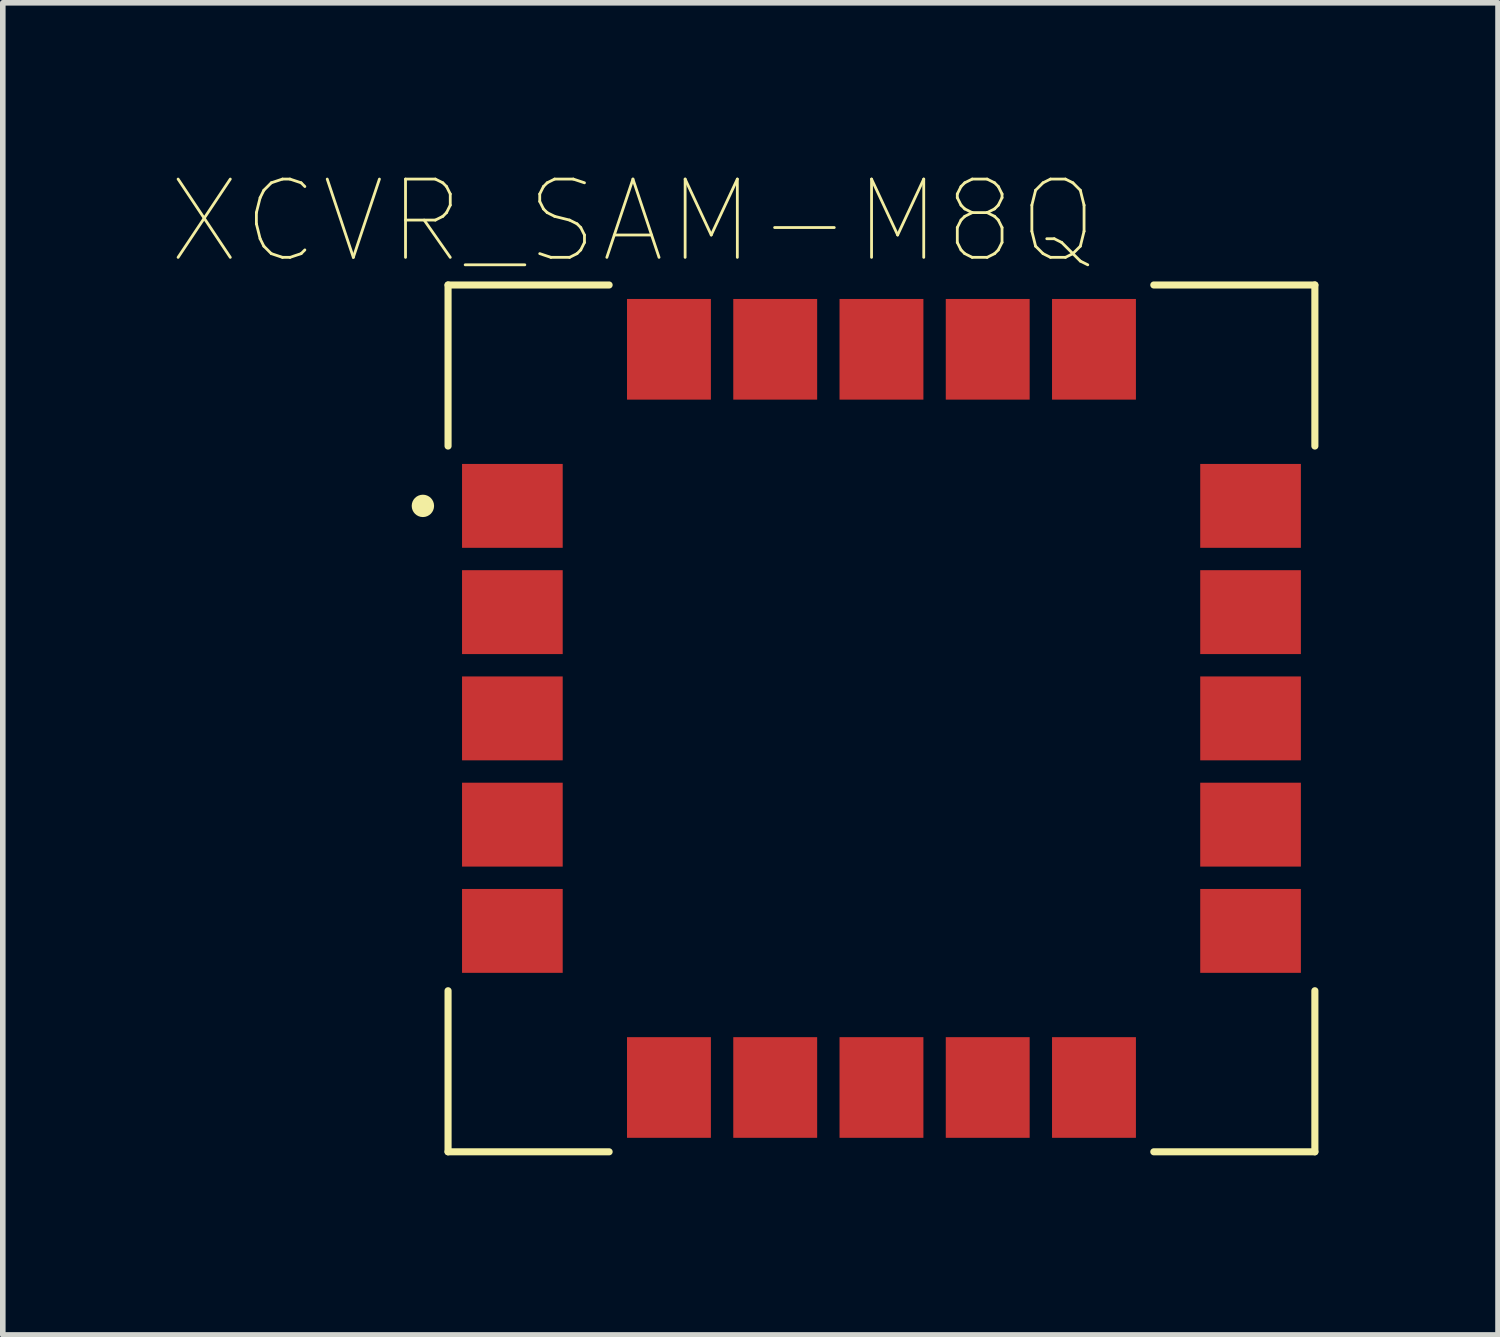
<source format=kicad_pcb>
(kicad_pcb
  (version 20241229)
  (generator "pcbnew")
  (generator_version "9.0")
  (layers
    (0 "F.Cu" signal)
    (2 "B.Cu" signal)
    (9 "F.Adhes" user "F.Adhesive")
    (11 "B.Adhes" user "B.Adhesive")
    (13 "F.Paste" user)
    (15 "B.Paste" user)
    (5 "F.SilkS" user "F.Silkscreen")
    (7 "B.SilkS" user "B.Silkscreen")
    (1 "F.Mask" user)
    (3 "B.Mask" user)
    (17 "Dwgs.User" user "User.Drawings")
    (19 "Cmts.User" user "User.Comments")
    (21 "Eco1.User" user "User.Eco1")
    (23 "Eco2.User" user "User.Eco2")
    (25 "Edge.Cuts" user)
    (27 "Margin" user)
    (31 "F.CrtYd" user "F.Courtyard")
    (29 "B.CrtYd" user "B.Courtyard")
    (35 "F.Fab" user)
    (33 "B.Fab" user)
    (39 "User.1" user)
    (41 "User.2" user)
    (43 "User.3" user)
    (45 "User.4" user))
  (footprint "XCVR_SAM-M8Q"
    (layer "F.Cu")
    (at 12.712 9.796)
    (property "Reference" "XCVR_SAM-M8Q" (at -4.444 -8.889 0) (layer "F.SilkS") (effects (font (size 1.4 1.4) (thickness 0.05))))
    (attr smd)
    (fp_line (start -7.75 -4.87) (end -7.75 -7.75) (stroke (width 0.127) (type solid)) (layer "F.SilkS"))
    (fp_line (start -7.75 4.87) (end -7.75 7.75) (stroke (width 0.127) (type solid)) (layer "F.SilkS"))
    (fp_line (start -4.87 -7.75) (end -7.75 -7.75) (stroke (width 0.127) (type solid)) (layer "F.SilkS"))
    (fp_line (start -4.87 7.75) (end -7.75 7.75) (stroke (width 0.127) (type solid)) (layer "F.SilkS"))
    (fp_line (start 4.87 -7.75) (end 7.75 -7.75) (stroke (width 0.127) (type solid)) (layer "F.SilkS"))
    (fp_line (start 4.87 7.75) (end 7.75 7.75) (stroke (width 0.127) (type solid)) (layer "F.SilkS"))
    (fp_line (start 7.75 -4.87) (end 7.75 -7.75) (stroke (width 0.127) (type solid)) (layer "F.SilkS"))
    (fp_line (start 7.75 4.87) (end 7.75 7.75) (stroke (width 0.127) (type solid)) (layer "F.SilkS"))
    (fp_circle (center -8.2 -3.8) (end -8.1 -3.8) (stroke (width 0.2) (type solid)) (fill no) (layer "F.SilkS"))
    (fp_poly (pts (xy -7.46 -3.94) (xy -7.46 -4.52) (xy -6.74 -4.52) (xy -6.74 -3.94)) (stroke (width 0) (type solid)) (fill yes) (layer "F.Paste"))
    (fp_poly (pts (xy -7.46 -3.08) (xy -7.46 -3.66) (xy -6.74 -3.66) (xy -6.74 -3.08)) (stroke (width 0) (type solid)) (fill yes) (layer "F.Paste"))
    (fp_poly (pts (xy -7.46 -2.04) (xy -7.46 -2.62) (xy -6.74 -2.62) (xy -6.74 -2.04)) (stroke (width 0) (type solid)) (fill yes) (layer "F.Paste"))
    (fp_poly (pts (xy -7.46 -1.18) (xy -7.46 -1.76) (xy -6.74 -1.76) (xy -6.74 -1.18)) (stroke (width 0) (type solid)) (fill yes) (layer "F.Paste"))
    (fp_poly (pts (xy -7.46 -0.14) (xy -7.46 -0.72) (xy -6.74 -0.72) (xy -6.74 -0.14)) (stroke (width 0) (type solid)) (fill yes) (layer "F.Paste"))
    (fp_poly (pts (xy -7.46 0.72) (xy -7.46 0.14) (xy -6.74 0.14) (xy -6.74 0.72)) (stroke (width 0) (type solid)) (fill yes) (layer "F.Paste"))
    (fp_poly (pts (xy -7.46 1.76) (xy -7.46 1.18) (xy -6.74 1.18) (xy -6.74 1.76)) (stroke (width 0) (type solid)) (fill yes) (layer "F.Paste"))
    (fp_poly (pts (xy -7.46 2.62) (xy -7.46 2.04) (xy -6.74 2.04) (xy -6.74 2.62)) (stroke (width 0) (type solid)) (fill yes) (layer "F.Paste"))
    (fp_poly (pts (xy -7.46 3.66) (xy -7.46 3.08) (xy -6.74 3.08) (xy -6.74 3.66)) (stroke (width 0) (type solid)) (fill yes) (layer "F.Paste"))
    (fp_poly (pts (xy -7.46 4.52) (xy -7.46 3.94) (xy -6.74 3.94) (xy -6.74 4.52)) (stroke (width 0) (type solid)) (fill yes) (layer "F.Paste"))
    (fp_poly (pts (xy -6.46 -3.94) (xy -6.46 -4.52) (xy -5.74 -4.52) (xy -5.74 -3.94)) (stroke (width 0) (type solid)) (fill yes) (layer "F.Paste"))
    (fp_poly (pts (xy -6.46 -3.08) (xy -6.46 -3.66) (xy -5.74 -3.66) (xy -5.74 -3.08)) (stroke (width 0) (type solid)) (fill yes) (layer "F.Paste"))
    (fp_poly (pts (xy -6.46 -2.04) (xy -6.46 -2.62) (xy -5.74 -2.62) (xy -5.74 -2.04)) (stroke (width 0) (type solid)) (fill yes) (layer "F.Paste"))
    (fp_poly (pts (xy -6.46 -1.18) (xy -6.46 -1.76) (xy -5.74 -1.76) (xy -5.74 -1.18)) (stroke (width 0) (type solid)) (fill yes) (layer "F.Paste"))
    (fp_poly (pts (xy -6.46 -0.14) (xy -6.46 -0.72) (xy -5.74 -0.72) (xy -5.74 -0.14)) (stroke (width 0) (type solid)) (fill yes) (layer "F.Paste"))
    (fp_poly (pts (xy -6.46 0.72) (xy -6.46 0.14) (xy -5.74 0.14) (xy -5.74 0.72)) (stroke (width 0) (type solid)) (fill yes) (layer "F.Paste"))
    (fp_poly (pts (xy -6.46 1.76) (xy -6.46 1.18) (xy -5.74 1.18) (xy -5.74 1.76)) (stroke (width 0) (type solid)) (fill yes) (layer "F.Paste"))
    (fp_poly (pts (xy -6.46 2.62) (xy -6.46 2.04) (xy -5.74 2.04) (xy -5.74 2.62)) (stroke (width 0) (type solid)) (fill yes) (layer "F.Paste"))
    (fp_poly (pts (xy -6.46 3.66) (xy -6.46 3.08) (xy -5.74 3.08) (xy -5.74 3.66)) (stroke (width 0) (type solid)) (fill yes) (layer "F.Paste"))
    (fp_poly (pts (xy -6.46 4.52) (xy -6.46 3.94) (xy -5.74 3.94) (xy -5.74 4.52)) (stroke (width 0) (type solid)) (fill yes) (layer "F.Paste"))
    (fp_poly (pts (xy -4.52 -7.46) (xy -3.94 -7.46) (xy -3.94 -6.74) (xy -4.52 -6.74)) (stroke (width 0) (type solid)) (fill yes) (layer "F.Paste"))
    (fp_poly (pts (xy -4.52 -6.46) (xy -3.94 -6.46) (xy -3.94 -5.74) (xy -4.52 -5.74)) (stroke (width 0) (type solid)) (fill yes) (layer "F.Paste"))
    (fp_poly (pts (xy -4.52 5.74) (xy -3.94 5.74) (xy -3.94 6.46) (xy -4.52 6.46)) (stroke (width 0) (type solid)) (fill yes) (layer "F.Paste"))
    (fp_poly (pts (xy -4.52 6.74) (xy -3.94 6.74) (xy -3.94 7.46) (xy -4.52 7.46)) (stroke (width 0) (type solid)) (fill yes) (layer "F.Paste"))
    (fp_poly (pts (xy -3.66 -7.46) (xy -3.08 -7.46) (xy -3.08 -6.74) (xy -3.66 -6.74)) (stroke (width 0) (type solid)) (fill yes) (layer "F.Paste"))
    (fp_poly (pts (xy -3.66 -6.46) (xy -3.08 -6.46) (xy -3.08 -5.74) (xy -3.66 -5.74)) (stroke (width 0) (type solid)) (fill yes) (layer "F.Paste"))
    (fp_poly (pts (xy -3.66 5.74) (xy -3.08 5.74) (xy -3.08 6.46) (xy -3.66 6.46)) (stroke (width 0) (type solid)) (fill yes) (layer "F.Paste"))
    (fp_poly (pts (xy -3.66 6.74) (xy -3.08 6.74) (xy -3.08 7.46) (xy -3.66 7.46)) (stroke (width 0) (type solid)) (fill yes) (layer "F.Paste"))
    (fp_poly (pts (xy -2.62 -7.46) (xy -2.04 -7.46) (xy -2.04 -6.74) (xy -2.62 -6.74)) (stroke (width 0) (type solid)) (fill yes) (layer "F.Paste"))
    (fp_poly (pts (xy -2.62 -6.46) (xy -2.04 -6.46) (xy -2.04 -5.74) (xy -2.62 -5.74)) (stroke (width 0) (type solid)) (fill yes) (layer "F.Paste"))
    (fp_poly (pts (xy -2.62 5.74) (xy -2.04 5.74) (xy -2.04 6.46) (xy -2.62 6.46)) (stroke (width 0) (type solid)) (fill yes) (layer "F.Paste"))
    (fp_poly (pts (xy -2.62 6.74) (xy -2.04 6.74) (xy -2.04 7.46) (xy -2.62 7.46)) (stroke (width 0) (type solid)) (fill yes) (layer "F.Paste"))
    (fp_poly (pts (xy -1.76 -7.46) (xy -1.18 -7.46) (xy -1.18 -6.74) (xy -1.76 -6.74)) (stroke (width 0) (type solid)) (fill yes) (layer "F.Paste"))
    (fp_poly (pts (xy -1.76 -6.46) (xy -1.18 -6.46) (xy -1.18 -5.74) (xy -1.76 -5.74)) (stroke (width 0) (type solid)) (fill yes) (layer "F.Paste"))
    (fp_poly (pts (xy -1.76 5.74) (xy -1.18 5.74) (xy -1.18 6.46) (xy -1.76 6.46)) (stroke (width 0) (type solid)) (fill yes) (layer "F.Paste"))
    (fp_poly (pts (xy -1.76 6.74) (xy -1.18 6.74) (xy -1.18 7.46) (xy -1.76 7.46)) (stroke (width 0) (type solid)) (fill yes) (layer "F.Paste"))
    (fp_poly (pts (xy -0.72 -7.46) (xy -0.14 -7.46) (xy -0.14 -6.74) (xy -0.72 -6.74)) (stroke (width 0) (type solid)) (fill yes) (layer "F.Paste"))
    (fp_poly (pts (xy -0.72 -6.46) (xy -0.14 -6.46) (xy -0.14 -5.74) (xy -0.72 -5.74)) (stroke (width 0) (type solid)) (fill yes) (layer "F.Paste"))
    (fp_poly (pts (xy -0.72 5.74) (xy -0.14 5.74) (xy -0.14 6.46) (xy -0.72 6.46)) (stroke (width 0) (type solid)) (fill yes) (layer "F.Paste"))
    (fp_poly (pts (xy -0.72 6.74) (xy -0.14 6.74) (xy -0.14 7.46) (xy -0.72 7.46)) (stroke (width 0) (type solid)) (fill yes) (layer "F.Paste"))
    (fp_poly (pts (xy 0.14 -7.46) (xy 0.72 -7.46) (xy 0.72 -6.74) (xy 0.14 -6.74)) (stroke (width 0) (type solid)) (fill yes) (layer "F.Paste"))
    (fp_poly (pts (xy 0.14 -6.46) (xy 0.72 -6.46) (xy 0.72 -5.74) (xy 0.14 -5.74)) (stroke (width 0) (type solid)) (fill yes) (layer "F.Paste"))
    (fp_poly (pts (xy 0.14 5.74) (xy 0.72 5.74) (xy 0.72 6.46) (xy 0.14 6.46)) (stroke (width 0) (type solid)) (fill yes) (layer "F.Paste"))
    (fp_poly (pts (xy 0.14 6.74) (xy 0.72 6.74) (xy 0.72 7.46) (xy 0.14 7.46)) (stroke (width 0) (type solid)) (fill yes) (layer "F.Paste"))
    (fp_poly (pts (xy 1.18 -7.46) (xy 1.76 -7.46) (xy 1.76 -6.74) (xy 1.18 -6.74)) (stroke (width 0) (type solid)) (fill yes) (layer "F.Paste"))
    (fp_poly (pts (xy 1.18 -6.46) (xy 1.76 -6.46) (xy 1.76 -5.74) (xy 1.18 -5.74)) (stroke (width 0) (type solid)) (fill yes) (layer "F.Paste"))
    (fp_poly (pts (xy 1.18 5.74) (xy 1.76 5.74) (xy 1.76 6.46) (xy 1.18 6.46)) (stroke (width 0) (type solid)) (fill yes) (layer "F.Paste"))
    (fp_poly (pts (xy 1.18 6.74) (xy 1.76 6.74) (xy 1.76 7.46) (xy 1.18 7.46)) (stroke (width 0) (type solid)) (fill yes) (layer "F.Paste"))
    (fp_poly (pts (xy 2.04 -7.46) (xy 2.62 -7.46) (xy 2.62 -6.74) (xy 2.04 -6.74)) (stroke (width 0) (type solid)) (fill yes) (layer "F.Paste"))
    (fp_poly (pts (xy 2.04 -6.46) (xy 2.62 -6.46) (xy 2.62 -5.74) (xy 2.04 -5.74)) (stroke (width 0) (type solid)) (fill yes) (layer "F.Paste"))
    (fp_poly (pts (xy 2.04 5.74) (xy 2.62 5.74) (xy 2.62 6.46) (xy 2.04 6.46)) (stroke (width 0) (type solid)) (fill yes) (layer "F.Paste"))
    (fp_poly (pts (xy 2.04 6.74) (xy 2.62 6.74) (xy 2.62 7.46) (xy 2.04 7.46)) (stroke (width 0) (type solid)) (fill yes) (layer "F.Paste"))
    (fp_poly (pts (xy 3.08 -7.46) (xy 3.66 -7.46) (xy 3.66 -6.74) (xy 3.08 -6.74)) (stroke (width 0) (type solid)) (fill yes) (layer "F.Paste"))
    (fp_poly (pts (xy 3.08 -6.46) (xy 3.66 -6.46) (xy 3.66 -5.74) (xy 3.08 -5.74)) (stroke (width 0) (type solid)) (fill yes) (layer "F.Paste"))
    (fp_poly (pts (xy 3.08 5.74) (xy 3.66 5.74) (xy 3.66 6.46) (xy 3.08 6.46)) (stroke (width 0) (type solid)) (fill yes) (layer "F.Paste"))
    (fp_poly (pts (xy 3.08 6.74) (xy 3.66 6.74) (xy 3.66 7.46) (xy 3.08 7.46)) (stroke (width 0) (type solid)) (fill yes) (layer "F.Paste"))
    (fp_poly (pts (xy 3.94 -7.46) (xy 4.52 -7.46) (xy 4.52 -6.74) (xy 3.94 -6.74)) (stroke (width 0) (type solid)) (fill yes) (layer "F.Paste"))
    (fp_poly (pts (xy 3.94 -6.46) (xy 4.52 -6.46) (xy 4.52 -5.74) (xy 3.94 -5.74)) (stroke (width 0) (type solid)) (fill yes) (layer "F.Paste"))
    (fp_poly (pts (xy 3.94 5.74) (xy 4.52 5.74) (xy 4.52 6.46) (xy 3.94 6.46)) (stroke (width 0) (type solid)) (fill yes) (layer "F.Paste"))
    (fp_poly (pts (xy 3.94 6.74) (xy 4.52 6.74) (xy 4.52 7.46) (xy 3.94 7.46)) (stroke (width 0) (type solid)) (fill yes) (layer "F.Paste"))
    (fp_poly (pts (xy 5.74 -3.94) (xy 5.74 -4.52) (xy 6.46 -4.52) (xy 6.46 -3.94)) (stroke (width 0) (type solid)) (fill yes) (layer "F.Paste"))
    (fp_poly (pts (xy 5.74 -3.08) (xy 5.74 -3.66) (xy 6.46 -3.66) (xy 6.46 -3.08)) (stroke (width 0) (type solid)) (fill yes) (layer "F.Paste"))
    (fp_poly (pts (xy 5.74 -2.04) (xy 5.74 -2.62) (xy 6.46 -2.62) (xy 6.46 -2.04)) (stroke (width 0) (type solid)) (fill yes) (layer "F.Paste"))
    (fp_poly (pts (xy 5.74 -1.18) (xy 5.74 -1.76) (xy 6.46 -1.76) (xy 6.46 -1.18)) (stroke (width 0) (type solid)) (fill yes) (layer "F.Paste"))
    (fp_poly (pts (xy 5.74 -0.14) (xy 5.74 -0.72) (xy 6.46 -0.72) (xy 6.46 -0.14)) (stroke (width 0) (type solid)) (fill yes) (layer "F.Paste"))
    (fp_poly (pts (xy 5.74 0.72) (xy 5.74 0.14) (xy 6.46 0.14) (xy 6.46 0.72)) (stroke (width 0) (type solid)) (fill yes) (layer "F.Paste"))
    (fp_poly (pts (xy 5.74 1.76) (xy 5.74 1.18) (xy 6.46 1.18) (xy 6.46 1.76)) (stroke (width 0) (type solid)) (fill yes) (layer "F.Paste"))
    (fp_poly (pts (xy 5.74 2.62) (xy 5.74 2.04) (xy 6.46 2.04) (xy 6.46 2.62)) (stroke (width 0) (type solid)) (fill yes) (layer "F.Paste"))
    (fp_poly (pts (xy 5.74 3.66) (xy 5.74 3.08) (xy 6.46 3.08) (xy 6.46 3.66)) (stroke (width 0) (type solid)) (fill yes) (layer "F.Paste"))
    (fp_poly (pts (xy 5.74 4.52) (xy 5.74 3.94) (xy 6.46 3.94) (xy 6.46 4.52)) (stroke (width 0) (type solid)) (fill yes) (layer "F.Paste"))
    (fp_poly (pts (xy 6.74 -3.94) (xy 6.74 -4.52) (xy 7.46 -4.52) (xy 7.46 -3.94)) (stroke (width 0) (type solid)) (fill yes) (layer "F.Paste"))
    (fp_poly (pts (xy 6.74 -3.08) (xy 6.74 -3.66) (xy 7.46 -3.66) (xy 7.46 -3.08)) (stroke (width 0) (type solid)) (fill yes) (layer "F.Paste"))
    (fp_poly (pts (xy 6.74 -2.04) (xy 6.74 -2.62) (xy 7.46 -2.62) (xy 7.46 -2.04)) (stroke (width 0) (type solid)) (fill yes) (layer "F.Paste"))
    (fp_poly (pts (xy 6.74 -1.18) (xy 6.74 -1.76) (xy 7.46 -1.76) (xy 7.46 -1.18)) (stroke (width 0) (type solid)) (fill yes) (layer "F.Paste"))
    (fp_poly (pts (xy 6.74 -0.14) (xy 6.74 -0.72) (xy 7.46 -0.72) (xy 7.46 -0.14)) (stroke (width 0) (type solid)) (fill yes) (layer "F.Paste"))
    (fp_poly (pts (xy 6.74 0.72) (xy 6.74 0.14) (xy 7.46 0.14) (xy 7.46 0.72)) (stroke (width 0) (type solid)) (fill yes) (layer "F.Paste"))
    (fp_poly (pts (xy 6.74 1.76) (xy 6.74 1.18) (xy 7.46 1.18) (xy 7.46 1.76)) (stroke (width 0) (type solid)) (fill yes) (layer "F.Paste"))
    (fp_poly (pts (xy 6.74 2.62) (xy 6.74 2.04) (xy 7.46 2.04) (xy 7.46 2.62)) (stroke (width 0) (type solid)) (fill yes) (layer "F.Paste"))
    (fp_poly (pts (xy 6.74 3.66) (xy 6.74 3.08) (xy 7.46 3.08) (xy 7.46 3.66)) (stroke (width 0) (type solid)) (fill yes) (layer "F.Paste"))
    (fp_poly (pts (xy 6.74 4.52) (xy 6.74 3.94) (xy 7.46 3.94) (xy 7.46 4.52)) (stroke (width 0) (type solid)) (fill yes) (layer "F.Paste"))
    (fp_line (start -8 -8) (end 8 -8) (stroke (width 0.05) (type solid)) (layer "Eco1.User"))
    (fp_line (start -8 8) (end -8 -8) (stroke (width 0.05) (type solid)) (layer "Eco1.User"))
    (fp_line (start 8 -8) (end 8 8) (stroke (width 0.05) (type solid)) (layer "Eco1.User"))
    (fp_line (start 8 8) (end -8 8) (stroke (width 0.05) (type solid)) (layer "Eco1.User"))
    (fp_line (start -7.75 7.75) (end -7.75 -7.75) (stroke (width 0.127) (type solid)) (layer "Eco2.User"))
    (fp_line (start 7.75 -7.75) (end -7.75 -7.75) (stroke (width 0.127) (type solid)) (layer "Eco2.User"))
    (fp_line (start 7.75 -7.75) (end 7.75 7.75) (stroke (width 0.127) (type solid)) (layer "Eco2.User"))
    (fp_line (start 7.75 7.75) (end -7.75 7.75) (stroke (width 0.127) (type solid)) (layer "Eco2.User"))
    (fp_circle (center -8.2 -3.8) (end -8.1 -3.8) (stroke (width 0.2) (type solid)) (fill no) (layer "Eco2.User"))
    (pad "1" smd rect (at -6.6 -3.8) (size 1.8 1.5) (layers "F.Cu" "F.Mask" "F.Paste"))
    (pad "2" smd rect (at -6.6 -1.9) (size 1.8 1.5) (layers "F.Cu" "F.Mask" "F.Paste"))
    (pad "3" smd rect (at -6.6 0) (size 1.8 1.5) (layers "F.Cu" "F.Mask" "F.Paste"))
    (pad "4" smd rect (at -6.6 1.9) (size 1.8 1.5) (layers "F.Cu" "F.Mask" "F.Paste"))
    (pad "5" smd rect (at -6.6 3.8) (size 1.8 1.5) (layers "F.Cu" "F.Mask" "F.Paste"))
    (pad "6" smd rect (at -3.8 6.6 90) (size 1.8 1.5) (layers "F.Cu" "F.Mask" "F.Paste"))
    (pad "7" smd rect (at -1.9 6.6 90) (size 1.8 1.5) (layers "F.Cu" "F.Mask" "F.Paste"))
    (pad "8" smd rect (at 0 6.6 90) (size 1.8 1.5) (layers "F.Cu" "F.Mask" "F.Paste"))
    (pad "9" smd rect (at 1.9 6.6 90) (size 1.8 1.5) (layers "F.Cu" "F.Mask" "F.Paste"))
    (pad "10" smd rect (at 3.8 6.6 90) (size 1.8 1.5) (layers "F.Cu" "F.Mask" "F.Paste"))
    (pad "11" smd rect (at 6.6 3.8) (size 1.8 1.5) (layers "F.Cu" "F.Mask" "F.Paste"))
    (pad "12" smd rect (at 6.6 1.9) (size 1.8 1.5) (layers "F.Cu" "F.Mask" "F.Paste"))
    (pad "13" smd rect (at 6.6 0) (size 1.8 1.5) (layers "F.Cu" "F.Mask" "F.Paste"))
    (pad "14" smd rect (at 6.6 -1.9) (size 1.8 1.5) (layers "F.Cu" "F.Mask" "F.Paste"))
    (pad "15" smd rect (at 6.6 -3.8) (size 1.8 1.5) (layers "F.Cu" "F.Mask" "F.Paste"))
    (pad "16" smd rect (at 3.8 -6.6 90) (size 1.8 1.5) (layers "F.Cu" "F.Mask" "F.Paste"))
    (pad "17" smd rect (at 1.9 -6.6 90) (size 1.8 1.5) (layers "F.Cu" "F.Mask" "F.Paste"))
    (pad "18" smd rect (at 0 -6.6 90) (size 1.8 1.5) (layers "F.Cu" "F.Mask" "F.Paste"))
    (pad "19" smd rect (at -1.9 -6.6 90) (size 1.8 1.5) (layers "F.Cu" "F.Mask" "F.Paste"))
    (pad "20" smd rect (at -3.8 -6.6 90) (size 1.8 1.5) (layers "F.Cu" "F.Mask" "F.Paste")))
  (gr_rect
    (start -3 -3)
    (end 23.737 20.821)
    (stroke (width 0.1) (type default))
    (fill no)
    (layer "Edge.Cuts")))
</source>
